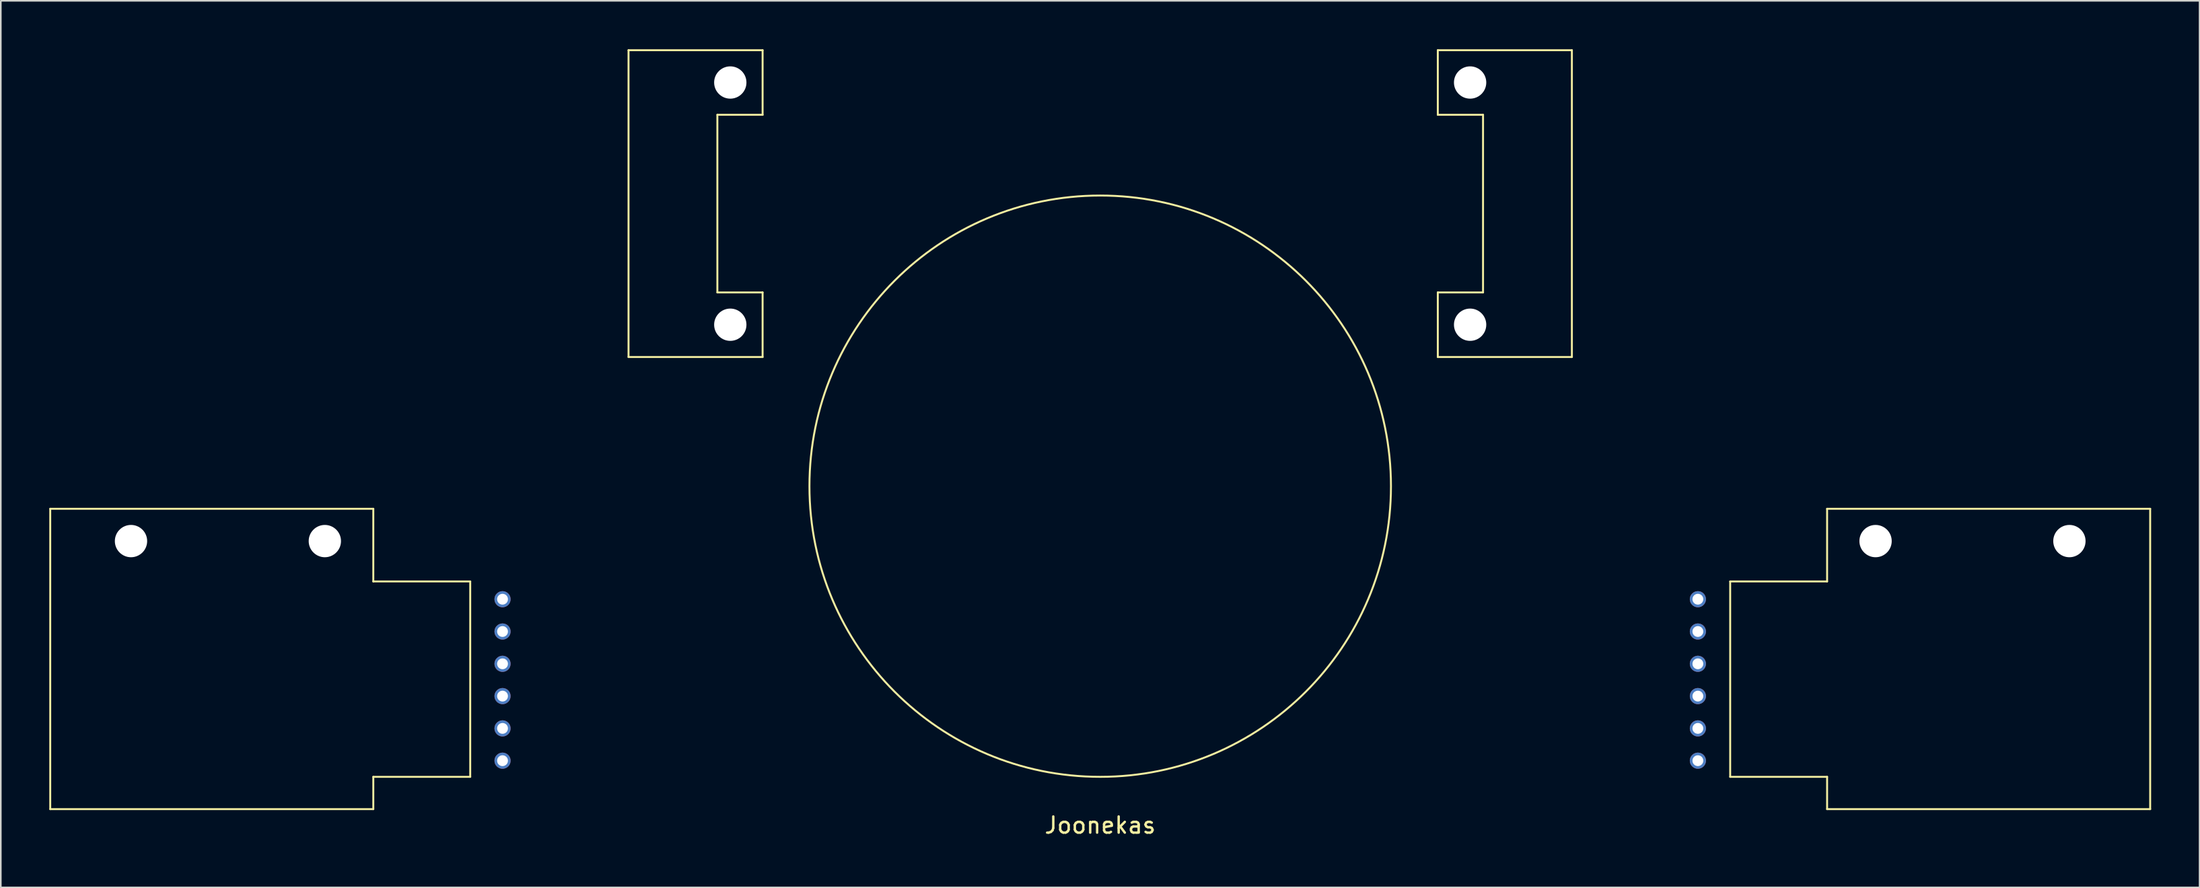
<source format=kicad_pcb>
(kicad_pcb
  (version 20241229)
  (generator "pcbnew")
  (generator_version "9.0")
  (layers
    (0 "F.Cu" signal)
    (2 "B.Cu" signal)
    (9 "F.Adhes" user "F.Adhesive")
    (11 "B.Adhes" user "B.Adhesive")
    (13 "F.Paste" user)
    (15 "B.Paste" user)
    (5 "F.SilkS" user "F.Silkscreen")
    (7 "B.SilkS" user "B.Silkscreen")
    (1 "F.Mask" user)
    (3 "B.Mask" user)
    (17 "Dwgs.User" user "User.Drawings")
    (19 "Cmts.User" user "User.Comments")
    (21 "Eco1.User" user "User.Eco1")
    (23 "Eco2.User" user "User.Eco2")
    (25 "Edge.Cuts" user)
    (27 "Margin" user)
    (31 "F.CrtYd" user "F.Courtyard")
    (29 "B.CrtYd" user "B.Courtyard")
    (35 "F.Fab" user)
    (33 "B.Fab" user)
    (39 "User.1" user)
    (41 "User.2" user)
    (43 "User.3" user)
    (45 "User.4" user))
  (footprint "Joonekas"
    (layer "F.Cu")
    (at 65.06 47.06)
    (property "Reference" "Joonekas" (at 0 1 0) (layer "F.SilkS") (effects (font (size 1 1) (thickness 0.15))))
    (attr through_hole)
    (fp_line (start -65 -18.6) (end -45 -18.6) (stroke (width 0.12) (type solid)) (layer "F.SilkS"))
    (fp_line (start -65 0) (end -65 -18.6) (stroke (width 0.12) (type solid)) (layer "F.SilkS"))
    (fp_line (start -45 -18.6) (end -45 -14.1) (stroke (width 0.12) (type solid)) (layer "F.SilkS"))
    (fp_line (start -45 -14.1) (end -39 -14.1) (stroke (width 0.12) (type solid)) (layer "F.SilkS"))
    (fp_line (start -45 -2) (end -45 0) (stroke (width 0.12) (type solid)) (layer "F.SilkS"))
    (fp_line (start -45 -2) (end -39 -2) (stroke (width 0.12) (type solid)) (layer "F.SilkS"))
    (fp_line (start -45 0) (end -65 0) (stroke (width 0.12) (type solid)) (layer "F.SilkS"))
    (fp_line (start -39 -2) (end -39 -14.1) (stroke (width 0.12) (type solid)) (layer "F.SilkS"))
    (fp_line (start -29.2 -47) (end -29.2 -28) (stroke (width 0.12) (type solid)) (layer "F.SilkS"))
    (fp_line (start -23.7 -32) (end -23.7 -43) (stroke (width 0.12) (type solid)) (layer "F.SilkS"))
    (fp_line (start -20.9 -47) (end -29.2 -47) (stroke (width 0.12) (type solid)) (layer "F.SilkS"))
    (fp_line (start -20.9 -43) (end -23.7 -43) (stroke (width 0.12) (type solid)) (layer "F.SilkS"))
    (fp_line (start -20.9 -43) (end -20.9 -47) (stroke (width 0.12) (type solid)) (layer "F.SilkS"))
    (fp_line (start -20.9 -32) (end -23.7 -32) (stroke (width 0.12) (type solid)) (layer "F.SilkS"))
    (fp_line (start -20.9 -28) (end -29.2 -28) (stroke (width 0.12) (type solid)) (layer "F.SilkS"))
    (fp_line (start -20.9 -28) (end -20.9 -32) (stroke (width 0.12) (type solid)) (layer "F.SilkS"))
    (fp_line (start 20.9 -47) (end 29.2 -47) (stroke (width 0.12) (type solid)) (layer "F.SilkS"))
    (fp_line (start 20.9 -43) (end 20.9 -47) (stroke (width 0.12) (type solid)) (layer "F.SilkS"))
    (fp_line (start 20.9 -43) (end 23.7 -43) (stroke (width 0.12) (type solid)) (layer "F.SilkS"))
    (fp_line (start 20.9 -32) (end 23.7 -32) (stroke (width 0.12) (type solid)) (layer "F.SilkS"))
    (fp_line (start 20.9 -28) (end 20.9 -32) (stroke (width 0.12) (type solid)) (layer "F.SilkS"))
    (fp_line (start 20.9 -28) (end 29.2 -28) (stroke (width 0.12) (type solid)) (layer "F.SilkS"))
    (fp_line (start 23.7 -32) (end 23.7 -43) (stroke (width 0.12) (type solid)) (layer "F.SilkS"))
    (fp_line (start 29.2 -47) (end 29.2 -28) (stroke (width 0.12) (type solid)) (layer "F.SilkS"))
    (fp_line (start 39 -2) (end 39 -14.1) (stroke (width 0.12) (type solid)) (layer "F.SilkS"))
    (fp_line (start 45 -18.6) (end 45 -14.1) (stroke (width 0.12) (type solid)) (layer "F.SilkS"))
    (fp_line (start 45 -14.1) (end 39 -14.1) (stroke (width 0.12) (type solid)) (layer "F.SilkS"))
    (fp_line (start 45 -2) (end 39 -2) (stroke (width 0.12) (type solid)) (layer "F.SilkS"))
    (fp_line (start 45 -2) (end 45 0) (stroke (width 0.12) (type solid)) (layer "F.SilkS"))
    (fp_line (start 65 -18.6) (end 45 -18.6) (stroke (width 0.12) (type solid)) (layer "F.SilkS"))
    (fp_line (start 65 0) (end 45 0) (stroke (width 0.12) (type solid)) (layer "F.SilkS"))
    (fp_line (start 65 0) (end 65 -18.6) (stroke (width 0.12) (type solid)) (layer "F.SilkS"))
    (fp_circle (center 0 -20) (end 18 -20) (stroke (width 0.12) (type solid)) (fill no) (layer "F.SilkS"))
    (pad "" np_thru_hole circle (at -60 -16.6) (size 2 2) (drill 2) (layers "*.Cu" "*.Mask"))
    (pad "" np_thru_hole circle (at -48 -16.6) (size 2 2) (drill 2) (layers "*.Cu" "*.Mask"))
    (pad "" np_thru_hole circle (at -22.9 -45) (size 2 2) (drill 2) (layers "*.Cu" "*.Mask"))
    (pad "" np_thru_hole circle (at -22.9 -30) (size 2 2) (drill 2) (layers "*.Cu" "*.Mask"))
    (pad "" np_thru_hole circle (at 22.9 -45) (size 2 2) (drill 2) (layers "*.Cu" "*.Mask"))
    (pad "" np_thru_hole circle (at 22.9 -30) (size 2 2) (drill 2) (layers "*.Cu" "*.Mask"))
    (pad "" np_thru_hole circle (at 48 -16.6) (size 2 2) (drill 2) (layers "*.Cu" "*.Mask"))
    (pad "" np_thru_hole circle (at 60 -16.6) (size 2 2) (drill 2) (layers "*.Cu" "*.Mask"))
    (pad "1" thru_hole circle (at 37 -3) (size 1 1) (drill 0.67) (layers "*.Cu" "*.Mask"))
    (pad "2" thru_hole circle (at 37 -5) (size 1 1) (drill 0.67) (layers "*.Cu" "*.Mask"))
    (pad "3" thru_hole circle (at 37 -11) (size 1 1) (drill 0.67) (layers "*.Cu" "*.Mask"))
    (pad "4" thru_hole circle (at 37 -13) (size 1 1) (drill 0.67) (layers "*.Cu" "*.Mask"))
    (pad "5" thru_hole circle (at -37 -11) (size 1 1) (drill 0.67) (layers "*.Cu" "*.Mask"))
    (pad "6" thru_hole circle (at -37 -13) (size 1 1) (drill 0.67) (layers "*.Cu" "*.Mask"))
    (pad "7" thru_hole circle (at -37 -3) (size 1 1) (drill 0.67) (layers "*.Cu" "*.Mask"))
    (pad "8" thru_hole circle (at -37 -5) (size 1 1) (drill 0.67) (layers "*.Cu" "*.Mask"))
    (pad "9" thru_hole circle (at -37 -9) (size 1 1) (drill 0.67) (layers "*.Cu" "*.Mask"))
    (pad "9" thru_hole circle (at 37 -9) (size 1 1) (drill 0.67) (layers "*.Cu" "*.Mask"))
    (pad "10" thru_hole circle (at -37 -7) (size 1 1) (drill 0.67) (layers "*.Cu" "*.Mask"))
    (pad "10" thru_hole circle (at 37 -7) (size 1 1) (drill 0.67) (layers "*.Cu" "*.Mask")))
  (gr_rect
    (start -3 -3)
    (end 133.12 51.908)
    (stroke (width 0.1) (type default))
    (fill no)
    (layer "Edge.Cuts")))
</source>
